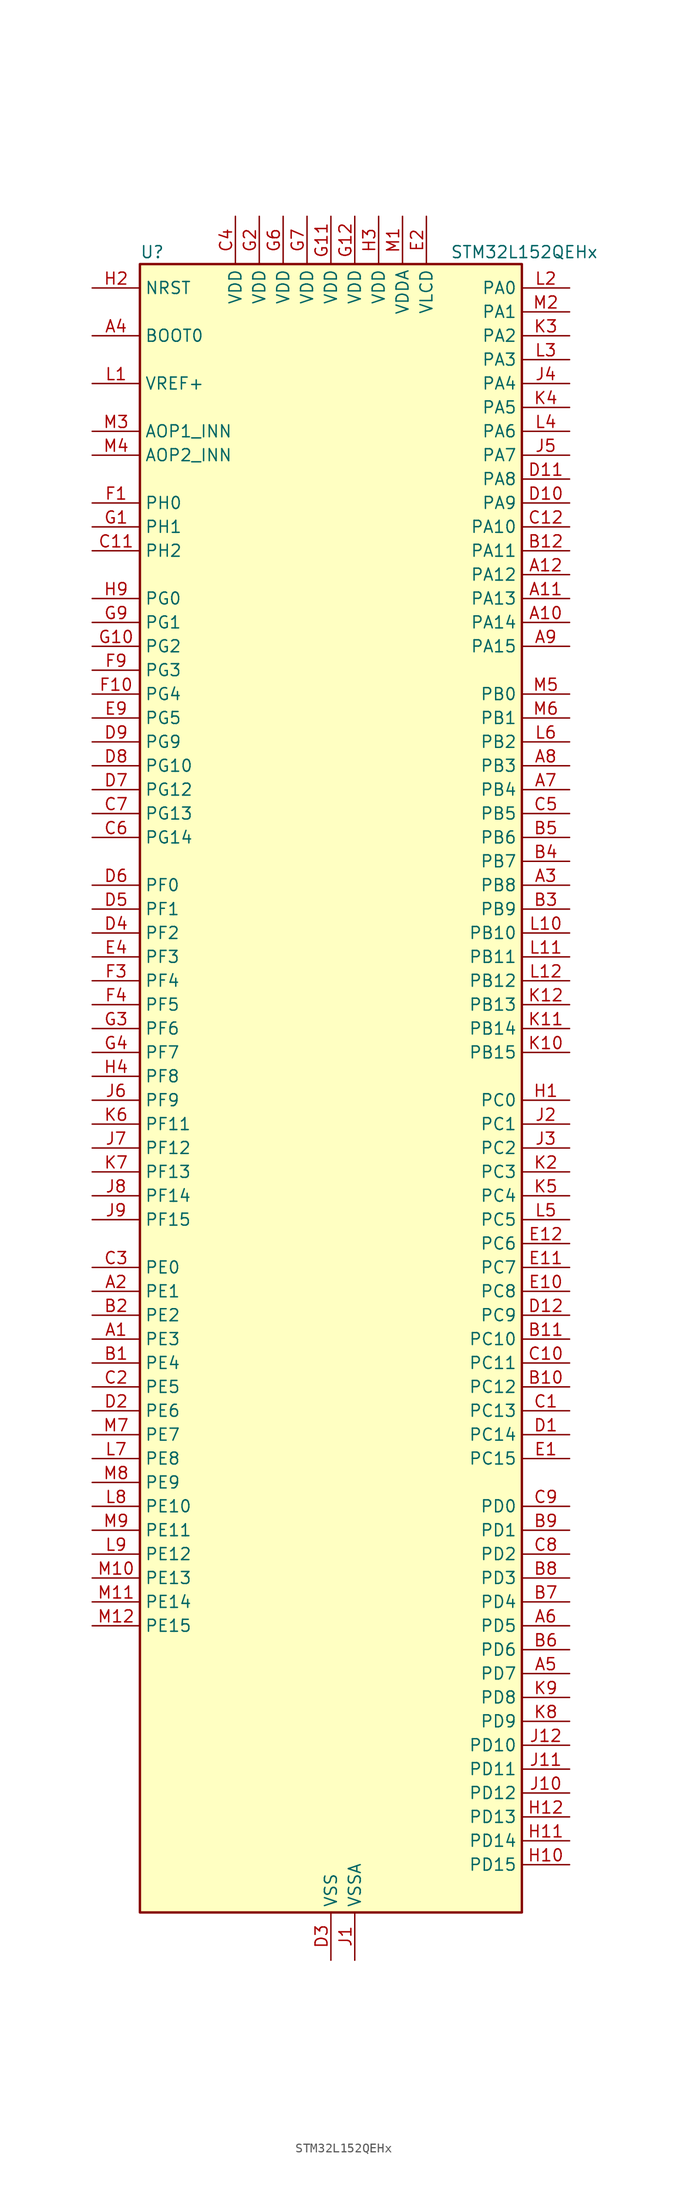
<source format=kicad_sym>
(kicad_symbol_lib
  (version 20231120)
  (generator "kicad-library-utils")
  (generator_version "8.0")
  (symbol "STM32L152QEHx"
    (property "Reference" "U"
      (at -20.32 90.17 0)
      (effects (font (size 1.27 1.27)) (justify left)))
    (property "Value" "STM32L152QEHx"
      (at 12.7 90.17 0)
      (effects (font (size 1.27 1.27)) (justify left)))
    (symbol "STM32L152QEHx_0_1"
      (rectangle (start -20.32 -86.36) (end 20.32 88.9) (stroke (width 0.254) (type default)) (fill (type background))))
    (symbol "STM32L152QEHx_1_1"
      (pin bidirectional line (at -25.4 -25.4 0) (length 5.08) (name "PE3" (effects (font (size 1.27 1.27)))) (number "A1" (effects (font (size 1.27 1.27)))) (alternate "LCD_SEG39" bidirectional line) (alternate "SYS_TRACED0" bidirectional line) (alternate "TIM3_CH1" bidirectional line) (alternate "TIMX_IC4" bidirectional line))
      (pin bidirectional line (at 25.4 50.8 180) (length 5.08) (name "PA14" (effects (font (size 1.27 1.27)))) (number "A10" (effects (font (size 1.27 1.27)))) (alternate "SYS_JTCK-SWCLK" bidirectional line) (alternate "TIMX_IC3" bidirectional line) (alternate "TS_G5_IO2" bidirectional line))
      (pin bidirectional line (at 25.4 53.34 180) (length 5.08) (name "PA13" (effects (font (size 1.27 1.27)))) (number "A11" (effects (font (size 1.27 1.27)))) (alternate "SYS_JTMS-SWDIO" bidirectional line) (alternate "TIMX_IC2" bidirectional line) (alternate "TS_G5_IO1" bidirectional line))
      (pin bidirectional line (at 25.4 55.88 180) (length 5.08) (name "PA12" (effects (font (size 1.27 1.27)))) (number "A12" (effects (font (size 1.27 1.27)))) (alternate "SPI1_MOSI" bidirectional line) (alternate "TIMX_IC1" bidirectional line) (alternate "USART1_RTS" bidirectional line) (alternate "USB_DP" bidirectional line))
      (pin bidirectional line (at -25.4 -20.32 0) (length 5.08) (name "PE1" (effects (font (size 1.27 1.27)))) (number "A2" (effects (font (size 1.27 1.27)))) (alternate "LCD_SEG37" bidirectional line) (alternate "TIM11_CH1" bidirectional line) (alternate "TIMX_IC2" bidirectional line))
      (pin bidirectional line (at 25.4 22.86 180) (length 5.08) (name "PB8" (effects (font (size 1.27 1.27)))) (number "A3" (effects (font (size 1.27 1.27)))) (alternate "I2C1_SCL" bidirectional line) (alternate "LCD_SEG16" bidirectional line) (alternate "TIM10_CH1" bidirectional line) (alternate "TIM4_CH3" bidirectional line))
      (pin input line (at -25.4 81.28 0) (length 5.08) (name "BOOT0" (effects (font (size 1.27 1.27)))) (number "A4" (effects (font (size 1.27 1.27)))))
      (pin bidirectional line (at 25.4 -60.96 180) (length 5.08) (name "PD7" (effects (font (size 1.27 1.27)))) (number "A5" (effects (font (size 1.27 1.27)))) (alternate "TIM9_CH2" bidirectional line) (alternate "TIMX_IC4" bidirectional line) (alternate "USART2_CK" bidirectional line))
      (pin bidirectional line (at 25.4 -55.88 180) (length 5.08) (name "PD5" (effects (font (size 1.27 1.27)))) (number "A6" (effects (font (size 1.27 1.27)))) (alternate "TIMX_IC2" bidirectional line) (alternate "USART2_TX" bidirectional line))
      (pin bidirectional line (at 25.4 33.02 180) (length 5.08) (name "PB4" (effects (font (size 1.27 1.27)))) (number "A7" (effects (font (size 1.27 1.27)))) (alternate "COMP2_INP" bidirectional line) (alternate "LCD_SEG8" bidirectional line) (alternate "SPI1_MISO" bidirectional line) (alternate "SPI3_MISO" bidirectional line) (alternate "SYS_JTRST" bidirectional line) (alternate "TIM3_CH1" bidirectional line) (alternate "TS_G6_IO1" bidirectional line))
      (pin bidirectional line (at 25.4 35.56 180) (length 5.08) (name "PB3" (effects (font (size 1.27 1.27)))) (number "A8" (effects (font (size 1.27 1.27)))) (alternate "COMP2_INM" bidirectional line) (alternate "I2S3_CK" bidirectional line) (alternate "LCD_SEG7" bidirectional line) (alternate "SPI1_SCK" bidirectional line) (alternate "SPI3_SCK" bidirectional line) (alternate "SYS_JTDO-TRACESWO" bidirectional line) (alternate "TIM2_CH2" bidirectional line))
      (pin bidirectional line (at 25.4 48.26 180) (length 5.08) (name "PA15" (effects (font (size 1.27 1.27)))) (number "A9" (effects (font (size 1.27 1.27)))) (alternate "ADC_EXTI15" bidirectional line) (alternate "I2S3_WS" bidirectional line) (alternate "LCD_SEG17" bidirectional line) (alternate "SPI1_NSS" bidirectional line) (alternate "SPI3_NSS" bidirectional line) (alternate "SYS_JTDI" bidirectional line) (alternate "TIM2_CH1" bidirectional line) (alternate "TIM2_ETR" bidirectional line) (alternate "TIMX_IC4" bidirectional line) (alternate "TS_G5_IO3" bidirectional line))
      (pin bidirectional line (at -25.4 -27.94 0) (length 5.08) (name "PE4" (effects (font (size 1.27 1.27)))) (number "B1" (effects (font (size 1.27 1.27)))) (alternate "SYS_TRACED1" bidirectional line) (alternate "TIM3_CH2" bidirectional line) (alternate "TIMX_IC1" bidirectional line))
      (pin bidirectional line (at 25.4 -30.48 180) (length 5.08) (name "PC12" (effects (font (size 1.27 1.27)))) (number "B10" (effects (font (size 1.27 1.27)))) (alternate "I2S3_SD" bidirectional line) (alternate "LCD_COM6" bidirectional line) (alternate "LCD_SEG30" bidirectional line) (alternate "LCD_SEG42" bidirectional line) (alternate "SPI3_MOSI" bidirectional line) (alternate "TIMX_IC1" bidirectional line) (alternate "UART5_TX" bidirectional line) (alternate "USART3_CK" bidirectional line))
      (pin bidirectional line (at 25.4 -25.4 180) (length 5.08) (name "PC10" (effects (font (size 1.27 1.27)))) (number "B11" (effects (font (size 1.27 1.27)))) (alternate "I2S3_CK" bidirectional line) (alternate "LCD_COM4" bidirectional line) (alternate "LCD_SEG28" bidirectional line) (alternate "LCD_SEG40" bidirectional line) (alternate "SPI3_SCK" bidirectional line) (alternate "TIMX_IC3" bidirectional line) (alternate "UART4_TX" bidirectional line) (alternate "USART3_TX" bidirectional line))
      (pin bidirectional line (at 25.4 58.42 180) (length 5.08) (name "PA11" (effects (font (size 1.27 1.27)))) (number "B12" (effects (font (size 1.27 1.27)))) (alternate "ADC_EXTI11" bidirectional line) (alternate "SPI1_MISO" bidirectional line) (alternate "TIMX_IC4" bidirectional line) (alternate "USART1_CTS" bidirectional line) (alternate "USB_DM" bidirectional line))
      (pin bidirectional line (at -25.4 -22.86 0) (length 5.08) (name "PE2" (effects (font (size 1.27 1.27)))) (number "B2" (effects (font (size 1.27 1.27)))) (alternate "LCD_SEG38" bidirectional line) (alternate "SYS_TRACECK" bidirectional line) (alternate "TIM3_ETR" bidirectional line) (alternate "TIMX_IC3" bidirectional line))
      (pin bidirectional line (at 25.4 20.32 180) (length 5.08) (name "PB9" (effects (font (size 1.27 1.27)))) (number "B3" (effects (font (size 1.27 1.27)))) (alternate "DAC_EXTI9" bidirectional line) (alternate "I2C1_SDA" bidirectional line) (alternate "LCD_COM3" bidirectional line) (alternate "TIM11_CH1" bidirectional line) (alternate "TIM4_CH4" bidirectional line))
      (pin bidirectional line (at 25.4 25.4 180) (length 5.08) (name "PB7" (effects (font (size 1.27 1.27)))) (number "B4" (effects (font (size 1.27 1.27)))) (alternate "COMP2_INP" bidirectional line) (alternate "I2C1_SDA" bidirectional line) (alternate "SYS_PVD_IN" bidirectional line) (alternate "TIM4_CH2" bidirectional line) (alternate "TS_G6_IO4" bidirectional line) (alternate "USART1_RX" bidirectional line))
      (pin bidirectional line (at 25.4 27.94 180) (length 5.08) (name "PB6" (effects (font (size 1.27 1.27)))) (number "B5" (effects (font (size 1.27 1.27)))) (alternate "COMP2_INP" bidirectional line) (alternate "I2C1_SCL" bidirectional line) (alternate "TIM4_CH1" bidirectional line) (alternate "TS_G6_IO3" bidirectional line) (alternate "USART1_TX" bidirectional line))
      (pin bidirectional line (at 25.4 -58.42 180) (length 5.08) (name "PD6" (effects (font (size 1.27 1.27)))) (number "B6" (effects (font (size 1.27 1.27)))) (alternate "TIMX_IC3" bidirectional line) (alternate "USART2_RX" bidirectional line))
      (pin bidirectional line (at 25.4 -53.34 180) (length 5.08) (name "PD4" (effects (font (size 1.27 1.27)))) (number "B7" (effects (font (size 1.27 1.27)))) (alternate "I2S2_SD" bidirectional line) (alternate "SPI2_MOSI" bidirectional line) (alternate "TIMX_IC1" bidirectional line) (alternate "USART2_RTS" bidirectional line))
      (pin bidirectional line (at 25.4 -50.8 180) (length 5.08) (name "PD3" (effects (font (size 1.27 1.27)))) (number "B8" (effects (font (size 1.27 1.27)))) (alternate "SPI2_MISO" bidirectional line) (alternate "TIMX_IC4" bidirectional line) (alternate "USART2_CTS" bidirectional line))
      (pin bidirectional line (at 25.4 -45.72 180) (length 5.08) (name "PD1" (effects (font (size 1.27 1.27)))) (number "B9" (effects (font (size 1.27 1.27)))) (alternate "I2S2_CK" bidirectional line) (alternate "SPI2_SCK" bidirectional line) (alternate "TIMX_IC2" bidirectional line))
      (pin bidirectional line (at 25.4 -33.02 180) (length 5.08) (name "PC13" (effects (font (size 1.27 1.27)))) (number "C1" (effects (font (size 1.27 1.27)))) (alternate "RTC_OUT_ALARM" bidirectional line) (alternate "RTC_OUT_CALIB" bidirectional line) (alternate "RTC_TAMP1" bidirectional line) (alternate "RTC_TS" bidirectional line) (alternate "SYS_WKUP2" bidirectional line) (alternate "TIMX_IC2" bidirectional line))
      (pin bidirectional line (at 25.4 -27.94 180) (length 5.08) (name "PC11" (effects (font (size 1.27 1.27)))) (number "C10" (effects (font (size 1.27 1.27)))) (alternate "ADC_EXTI11" bidirectional line) (alternate "LCD_COM5" bidirectional line) (alternate "LCD_SEG29" bidirectional line) (alternate "LCD_SEG41" bidirectional line) (alternate "SPI3_MISO" bidirectional line) (alternate "TIMX_IC4" bidirectional line) (alternate "UART4_RX" bidirectional line) (alternate "USART3_RX" bidirectional line))
      (pin bidirectional line (at -25.4 58.42 0) (length 5.08) (name "PH2" (effects (font (size 1.27 1.27)))) (number "C11" (effects (font (size 1.27 1.27)))))
      (pin bidirectional line (at 25.4 60.96 180) (length 5.08) (name "PA10" (effects (font (size 1.27 1.27)))) (number "C12" (effects (font (size 1.27 1.27)))) (alternate "LCD_COM2" bidirectional line) (alternate "TIMX_IC3" bidirectional line) (alternate "TS_G4_IO3" bidirectional line) (alternate "USART1_RX" bidirectional line))
      (pin bidirectional line (at -25.4 -30.48 0) (length 5.08) (name "PE5" (effects (font (size 1.27 1.27)))) (number "C2" (effects (font (size 1.27 1.27)))) (alternate "SYS_TRACED2" bidirectional line) (alternate "TIM9_CH1" bidirectional line) (alternate "TIMX_IC2" bidirectional line))
      (pin bidirectional line (at -25.4 -17.78 0) (length 5.08) (name "PE0" (effects (font (size 1.27 1.27)))) (number "C3" (effects (font (size 1.27 1.27)))) (alternate "LCD_SEG36" bidirectional line) (alternate "TIM10_CH1" bidirectional line) (alternate "TIM4_ETR" bidirectional line) (alternate "TIMX_IC1" bidirectional line))
      (pin power_in line (at -10.16 93.98 270) (length 5.08) (name "VDD" (effects (font (size 1.27 1.27)))) (number "C4" (effects (font (size 1.27 1.27)))))
      (pin bidirectional line (at 25.4 30.48 180) (length 5.08) (name "PB5" (effects (font (size 1.27 1.27)))) (number "C5" (effects (font (size 1.27 1.27)))) (alternate "COMP2_INP" bidirectional line) (alternate "I2C1_SMBA" bidirectional line) (alternate "I2S3_SD" bidirectional line) (alternate "LCD_SEG9" bidirectional line) (alternate "SPI1_MOSI" bidirectional line) (alternate "SPI3_MOSI" bidirectional line) (alternate "TIM3_CH2" bidirectional line) (alternate "TS_G6_IO2" bidirectional line))
      (pin bidirectional line (at -25.4 27.94 0) (length 5.08) (name "PG14" (effects (font (size 1.27 1.27)))) (number "C6" (effects (font (size 1.27 1.27)))))
      (pin bidirectional line (at -25.4 30.48 0) (length 5.08) (name "PG13" (effects (font (size 1.27 1.27)))) (number "C7" (effects (font (size 1.27 1.27)))))
      (pin bidirectional line (at 25.4 -48.26 180) (length 5.08) (name "PD2" (effects (font (size 1.27 1.27)))) (number "C8" (effects (font (size 1.27 1.27)))) (alternate "LCD_COM7" bidirectional line) (alternate "LCD_SEG31" bidirectional line) (alternate "LCD_SEG43" bidirectional line) (alternate "TIM3_ETR" bidirectional line) (alternate "TIMX_IC3" bidirectional line) (alternate "UART5_RX" bidirectional line))
      (pin bidirectional line (at 25.4 -43.18 180) (length 5.08) (name "PD0" (effects (font (size 1.27 1.27)))) (number "C9" (effects (font (size 1.27 1.27)))) (alternate "I2S2_WS" bidirectional line) (alternate "SPI2_NSS" bidirectional line) (alternate "TIM9_CH1" bidirectional line) (alternate "TIMX_IC1" bidirectional line))
      (pin bidirectional line (at 25.4 -35.56 180) (length 5.08) (name "PC14" (effects (font (size 1.27 1.27)))) (number "D1" (effects (font (size 1.27 1.27)))) (alternate "RCC_OSC32_IN" bidirectional line) (alternate "TIMX_IC3" bidirectional line))
      (pin bidirectional line (at 25.4 63.5 180) (length 5.08) (name "PA9" (effects (font (size 1.27 1.27)))) (number "D10" (effects (font (size 1.27 1.27)))) (alternate "DAC_EXTI9" bidirectional line) (alternate "LCD_COM1" bidirectional line) (alternate "TIMX_IC2" bidirectional line) (alternate "TS_G4_IO2" bidirectional line) (alternate "USART1_TX" bidirectional line))
      (pin bidirectional line (at 25.4 66.04 180) (length 5.08) (name "PA8" (effects (font (size 1.27 1.27)))) (number "D11" (effects (font (size 1.27 1.27)))) (alternate "LCD_COM0" bidirectional line) (alternate "RCC_MCO" bidirectional line) (alternate "TIMX_IC1" bidirectional line) (alternate "TS_G4_IO1" bidirectional line) (alternate "USART1_CK" bidirectional line))
      (pin bidirectional line (at 25.4 -22.86 180) (length 5.08) (name "PC9" (effects (font (size 1.27 1.27)))) (number "D12" (effects (font (size 1.27 1.27)))) (alternate "DAC_EXTI9" bidirectional line) (alternate "LCD_SEG27" bidirectional line) (alternate "TIM3_CH4" bidirectional line) (alternate "TIMX_IC2" bidirectional line) (alternate "TS_G10_IO4" bidirectional line))
      (pin bidirectional line (at -25.4 -33.02 0) (length 5.08) (name "PE6" (effects (font (size 1.27 1.27)))) (number "D2" (effects (font (size 1.27 1.27)))) (alternate "RTC_TAMP3" bidirectional line) (alternate "SYS_TRACED3" bidirectional line) (alternate "SYS_WKUP3" bidirectional line) (alternate "TIM9_CH2" bidirectional line) (alternate "TIMX_IC3" bidirectional line))
      (pin power_in line (at 0 -91.44 90) (length 5.08) (name "VSS" (effects (font (size 1.27 1.27)))) (number "D3" (effects (font (size 1.27 1.27)))))
      (pin bidirectional line (at -25.4 17.78 0) (length 5.08) (name "PF2" (effects (font (size 1.27 1.27)))) (number "D4" (effects (font (size 1.27 1.27)))))
      (pin bidirectional line (at -25.4 20.32 0) (length 5.08) (name "PF1" (effects (font (size 1.27 1.27)))) (number "D5" (effects (font (size 1.27 1.27)))))
      (pin bidirectional line (at -25.4 22.86 0) (length 5.08) (name "PF0" (effects (font (size 1.27 1.27)))) (number "D6" (effects (font (size 1.27 1.27)))))
      (pin bidirectional line (at -25.4 33.02 0) (length 5.08) (name "PG12" (effects (font (size 1.27 1.27)))) (number "D7" (effects (font (size 1.27 1.27)))))
      (pin bidirectional line (at -25.4 35.56 0) (length 5.08) (name "PG10" (effects (font (size 1.27 1.27)))) (number "D8" (effects (font (size 1.27 1.27)))))
      (pin bidirectional line (at -25.4 38.1 0) (length 5.08) (name "PG9" (effects (font (size 1.27 1.27)))) (number "D9" (effects (font (size 1.27 1.27)))) (alternate "DAC_EXTI9" bidirectional line))
      (pin bidirectional line (at 25.4 -38.1 180) (length 5.08) (name "PC15" (effects (font (size 1.27 1.27)))) (number "E1" (effects (font (size 1.27 1.27)))) (alternate "ADC_EXTI15" bidirectional line) (alternate "RCC_OSC32_OUT" bidirectional line) (alternate "TIMX_IC4" bidirectional line))
      (pin bidirectional line (at 25.4 -20.32 180) (length 5.08) (name "PC8" (effects (font (size 1.27 1.27)))) (number "E10" (effects (font (size 1.27 1.27)))) (alternate "LCD_SEG26" bidirectional line) (alternate "TIM3_CH3" bidirectional line) (alternate "TIMX_IC1" bidirectional line) (alternate "TS_G10_IO3" bidirectional line))
      (pin bidirectional line (at 25.4 -17.78 180) (length 5.08) (name "PC7" (effects (font (size 1.27 1.27)))) (number "E11" (effects (font (size 1.27 1.27)))) (alternate "I2S3_MCK" bidirectional line) (alternate "LCD_SEG25" bidirectional line) (alternate "TIM3_CH2" bidirectional line) (alternate "TIMX_IC4" bidirectional line) (alternate "TS_G10_IO2" bidirectional line))
      (pin bidirectional line (at 25.4 -15.24 180) (length 5.08) (name "PC6" (effects (font (size 1.27 1.27)))) (number "E12" (effects (font (size 1.27 1.27)))) (alternate "I2S2_MCK" bidirectional line) (alternate "LCD_SEG24" bidirectional line) (alternate "TIM3_CH1" bidirectional line) (alternate "TIMX_IC3" bidirectional line) (alternate "TS_G10_IO1" bidirectional line))
      (pin power_in line (at 10.16 93.98 270) (length 5.08) (name "VLCD" (effects (font (size 1.27 1.27)))) (number "E2" (effects (font (size 1.27 1.27)))))
      (pin passive line (at 0 -91.44 90) (length 5.08) hide (name "VSS" (effects (font (size 1.27 1.27)))) (number "E3" (effects (font (size 1.27 1.27)))))
      (pin bidirectional line (at -25.4 15.24 0) (length 5.08) (name "PF3" (effects (font (size 1.27 1.27)))) (number "E4" (effects (font (size 1.27 1.27)))))
      (pin bidirectional line (at -25.4 40.64 0) (length 5.08) (name "PG5" (effects (font (size 1.27 1.27)))) (number "E9" (effects (font (size 1.27 1.27)))))
      (pin bidirectional line (at -25.4 63.5 0) (length 5.08) (name "PH0" (effects (font (size 1.27 1.27)))) (number "F1" (effects (font (size 1.27 1.27)))) (alternate "RCC_OSC_IN" bidirectional line))
      (pin bidirectional line (at -25.4 43.18 0) (length 5.08) (name "PG4" (effects (font (size 1.27 1.27)))) (number "F10" (effects (font (size 1.27 1.27)))) (alternate "ADC_IN12b" bidirectional line) (alternate "TS_G7_IO7" bidirectional line))
      (pin passive line (at 0 -91.44 90) (length 5.08) hide (name "VSS" (effects (font (size 1.27 1.27)))) (number "F11" (effects (font (size 1.27 1.27)))))
      (pin passive line (at 0 -91.44 90) (length 5.08) hide (name "VSS" (effects (font (size 1.27 1.27)))) (number "F12" (effects (font (size 1.27 1.27)))))
      (pin passive line (at 0 -91.44 90) (length 5.08) hide (name "VSS" (effects (font (size 1.27 1.27)))) (number "F2" (effects (font (size 1.27 1.27)))))
      (pin bidirectional line (at -25.4 12.7 0) (length 5.08) (name "PF4" (effects (font (size 1.27 1.27)))) (number "F3" (effects (font (size 1.27 1.27)))))
      (pin bidirectional line (at -25.4 10.16 0) (length 5.08) (name "PF5" (effects (font (size 1.27 1.27)))) (number "F4" (effects (font (size 1.27 1.27)))))
      (pin passive line (at 0 -91.44 90) (length 5.08) hide (name "VSS" (effects (font (size 1.27 1.27)))) (number "F6" (effects (font (size 1.27 1.27)))))
      (pin passive line (at 0 -91.44 90) (length 5.08) hide (name "VSS" (effects (font (size 1.27 1.27)))) (number "F7" (effects (font (size 1.27 1.27)))))
      (pin bidirectional line (at -25.4 45.72 0) (length 5.08) (name "PG3" (effects (font (size 1.27 1.27)))) (number "F9" (effects (font (size 1.27 1.27)))) (alternate "ADC_IN11b" bidirectional line) (alternate "TS_G7_IO6" bidirectional line))
      (pin bidirectional line (at -25.4 60.96 0) (length 5.08) (name "PH1" (effects (font (size 1.27 1.27)))) (number "G1" (effects (font (size 1.27 1.27)))) (alternate "RCC_OSC_OUT" bidirectional line))
      (pin bidirectional line (at -25.4 48.26 0) (length 5.08) (name "PG2" (effects (font (size 1.27 1.27)))) (number "G10" (effects (font (size 1.27 1.27)))) (alternate "ADC_IN10b" bidirectional line) (alternate "TS_G7_IO5" bidirectional line))
      (pin power_in line (at 0 93.98 270) (length 5.08) (name "VDD" (effects (font (size 1.27 1.27)))) (number "G11" (effects (font (size 1.27 1.27)))))
      (pin power_in line (at 2.54 93.98 270) (length 5.08) (name "VDD" (effects (font (size 1.27 1.27)))) (number "G12" (effects (font (size 1.27 1.27)))))
      (pin power_in line (at -7.62 93.98 270) (length 5.08) (name "VDD" (effects (font (size 1.27 1.27)))) (number "G2" (effects (font (size 1.27 1.27)))))
      (pin bidirectional line (at -25.4 7.62 0) (length 5.08) (name "PF6" (effects (font (size 1.27 1.27)))) (number "G3" (effects (font (size 1.27 1.27)))) (alternate "ADC_IN27" bidirectional line) (alternate "TIM5_CH1" bidirectional line) (alternate "TIM5_ETR" bidirectional line) (alternate "TS_G11_IO1" bidirectional line))
      (pin bidirectional line (at -25.4 5.08 0) (length 5.08) (name "PF7" (effects (font (size 1.27 1.27)))) (number "G4" (effects (font (size 1.27 1.27)))) (alternate "ADC_IN28" bidirectional line) (alternate "COMP1_INP" bidirectional line) (alternate "TIM5_CH2" bidirectional line) (alternate "TS_G11_IO2" bidirectional line))
      (pin power_in line (at -5.08 93.98 270) (length 5.08) (name "VDD" (effects (font (size 1.27 1.27)))) (number "G6" (effects (font (size 1.27 1.27)))))
      (pin power_in line (at -2.54 93.98 270) (length 5.08) (name "VDD" (effects (font (size 1.27 1.27)))) (number "G7" (effects (font (size 1.27 1.27)))))
      (pin bidirectional line (at -25.4 50.8 0) (length 5.08) (name "PG1" (effects (font (size 1.27 1.27)))) (number "G9" (effects (font (size 1.27 1.27)))) (alternate "ADC_IN9b" bidirectional line) (alternate "TS_G2_IO5" bidirectional line))
      (pin bidirectional line (at 25.4 0 180) (length 5.08) (name "PC0" (effects (font (size 1.27 1.27)))) (number "H1" (effects (font (size 1.27 1.27)))) (alternate "ADC_IN10" bidirectional line) (alternate "COMP1_INP" bidirectional line) (alternate "LCD_SEG18" bidirectional line) (alternate "TIMX_IC1" bidirectional line) (alternate "TS_G8_IO1" bidirectional line))
      (pin bidirectional line (at 25.4 -81.28 180) (length 5.08) (name "PD15" (effects (font (size 1.27 1.27)))) (number "H10" (effects (font (size 1.27 1.27)))) (alternate "ADC_EXTI15" bidirectional line) (alternate "LCD_SEG35" bidirectional line) (alternate "TIM4_CH4" bidirectional line) (alternate "TIMX_IC4" bidirectional line))
      (pin bidirectional line (at 25.4 -78.74 180) (length 5.08) (name "PD14" (effects (font (size 1.27 1.27)))) (number "H11" (effects (font (size 1.27 1.27)))) (alternate "LCD_SEG34" bidirectional line) (alternate "TIM4_CH3" bidirectional line) (alternate "TIMX_IC3" bidirectional line))
      (pin bidirectional line (at 25.4 -76.2 180) (length 5.08) (name "PD13" (effects (font (size 1.27 1.27)))) (number "H12" (effects (font (size 1.27 1.27)))) (alternate "LCD_SEG33" bidirectional line) (alternate "TIM4_CH2" bidirectional line) (alternate "TIMX_IC2" bidirectional line))
      (pin input line (at -25.4 86.36 0) (length 5.08) (name "NRST" (effects (font (size 1.27 1.27)))) (number "H2" (effects (font (size 1.27 1.27)))))
      (pin power_in line (at 5.08 93.98 270) (length 5.08) (name "VDD" (effects (font (size 1.27 1.27)))) (number "H3" (effects (font (size 1.27 1.27)))))
      (pin bidirectional line (at -25.4 2.54 0) (length 5.08) (name "PF8" (effects (font (size 1.27 1.27)))) (number "H4" (effects (font (size 1.27 1.27)))) (alternate "ADC_IN29" bidirectional line) (alternate "COMP1_INP" bidirectional line) (alternate "TIM5_CH3" bidirectional line) (alternate "TS_G11_IO3" bidirectional line))
      (pin bidirectional line (at -25.4 53.34 0) (length 5.08) (name "PG0" (effects (font (size 1.27 1.27)))) (number "H9" (effects (font (size 1.27 1.27)))) (alternate "ADC_IN8b" bidirectional line) (alternate "TS_G2_IO4" bidirectional line))
      (pin power_in line (at 2.54 -91.44 90) (length 5.08) (name "VSSA" (effects (font (size 1.27 1.27)))) (number "J1" (effects (font (size 1.27 1.27)))))
      (pin bidirectional line (at 25.4 -73.66 180) (length 5.08) (name "PD12" (effects (font (size 1.27 1.27)))) (number "J10" (effects (font (size 1.27 1.27)))) (alternate "LCD_SEG32" bidirectional line) (alternate "TIM4_CH1" bidirectional line) (alternate "TIMX_IC1" bidirectional line) (alternate "USART3_RTS" bidirectional line))
      (pin bidirectional line (at 25.4 -71.12 180) (length 5.08) (name "PD11" (effects (font (size 1.27 1.27)))) (number "J11" (effects (font (size 1.27 1.27)))) (alternate "ADC_EXTI11" bidirectional line) (alternate "LCD_SEG31" bidirectional line) (alternate "TIMX_IC4" bidirectional line) (alternate "USART3_CTS" bidirectional line))
      (pin bidirectional line (at 25.4 -68.58 180) (length 5.08) (name "PD10" (effects (font (size 1.27 1.27)))) (number "J12" (effects (font (size 1.27 1.27)))) (alternate "LCD_SEG30" bidirectional line) (alternate "TIMX_IC3" bidirectional line) (alternate "USART3_CK" bidirectional line))
      (pin bidirectional line (at 25.4 -2.54 180) (length 5.08) (name "PC1" (effects (font (size 1.27 1.27)))) (number "J2" (effects (font (size 1.27 1.27)))) (alternate "ADC_IN11" bidirectional line) (alternate "COMP1_INP" bidirectional line) (alternate "LCD_SEG19" bidirectional line) (alternate "TIMX_IC2" bidirectional line) (alternate "TS_G8_IO2" bidirectional line))
      (pin bidirectional line (at 25.4 -5.08 180) (length 5.08) (name "PC2" (effects (font (size 1.27 1.27)))) (number "J3" (effects (font (size 1.27 1.27)))) (alternate "ADC_IN12" bidirectional line) (alternate "COMP1_INP" bidirectional line) (alternate "LCD_SEG20" bidirectional line) (alternate "TIMX_IC3" bidirectional line) (alternate "TS_G8_IO3" bidirectional line))
      (pin bidirectional line (at 25.4 76.2 180) (length 5.08) (name "PA4" (effects (font (size 1.27 1.27)))) (number "J4" (effects (font (size 1.27 1.27)))) (alternate "ADC_IN4" bidirectional line) (alternate "COMP1_INP" bidirectional line) (alternate "DAC_OUT1" bidirectional line) (alternate "I2S3_WS" bidirectional line) (alternate "SPI1_NSS" bidirectional line) (alternate "SPI3_NSS" bidirectional line) (alternate "TIMX_IC1" bidirectional line) (alternate "USART2_CK" bidirectional line))
      (pin bidirectional line (at 25.4 68.58 180) (length 5.08) (name "PA7" (effects (font (size 1.27 1.27)))) (number "J5" (effects (font (size 1.27 1.27)))) (alternate "ADC_IN7" bidirectional line) (alternate "COMP1_INP" bidirectional line) (alternate "LCD_SEG4" bidirectional line) (alternate "SPI1_MOSI" bidirectional line) (alternate "TIM11_CH1" bidirectional line) (alternate "TIM3_CH2" bidirectional line) (alternate "TIMX_IC4" bidirectional line) (alternate "TS_G2_IO2" bidirectional line))
      (pin bidirectional line (at -25.4 0 0) (length 5.08) (name "PF9" (effects (font (size 1.27 1.27)))) (number "J6" (effects (font (size 1.27 1.27)))) (alternate "ADC_IN30" bidirectional line) (alternate "COMP1_INP" bidirectional line) (alternate "DAC_EXTI9" bidirectional line) (alternate "TIM5_CH4" bidirectional line) (alternate "TS_G11_IO4" bidirectional line))
      (pin bidirectional line (at -25.4 -5.08 0) (length 5.08) (name "PF12" (effects (font (size 1.27 1.27)))) (number "J7" (effects (font (size 1.27 1.27)))) (alternate "ADC_IN2b" bidirectional line) (alternate "TS_G3_IO5" bidirectional line))
      (pin bidirectional line (at -25.4 -10.16 0) (length 5.08) (name "PF14" (effects (font (size 1.27 1.27)))) (number "J8" (effects (font (size 1.27 1.27)))) (alternate "ADC_IN6b" bidirectional line) (alternate "TS_G9_IO4" bidirectional line))
      (pin bidirectional line (at -25.4 -12.7 0) (length 5.08) (name "PF15" (effects (font (size 1.27 1.27)))) (number "J9" (effects (font (size 1.27 1.27)))) (alternate "ADC_EXTI15" bidirectional line) (alternate "ADC_IN7b" bidirectional line) (alternate "TS_G2_IO3" bidirectional line))
      (pin no_connect line (at -20.32 -86.36 0) (length 5.08) hide (name "NC" (effects (font (size 1.27 1.27)))) (number "K1" (effects (font (size 1.27 1.27)))))
      (pin bidirectional line (at 25.4 5.08 180) (length 5.08) (name "PB15" (effects (font (size 1.27 1.27)))) (number "K10" (effects (font (size 1.27 1.27)))) (alternate "ADC_EXTI15" bidirectional line) (alternate "ADC_IN21" bidirectional line) (alternate "COMP1_INP" bidirectional line) (alternate "I2S2_SD" bidirectional line) (alternate "LCD_SEG15" bidirectional line) (alternate "RTC_REFIN" bidirectional line) (alternate "SPI2_MOSI" bidirectional line) (alternate "TIM11_CH1" bidirectional line) (alternate "TS_G7_IO4" bidirectional line))
      (pin bidirectional line (at 25.4 7.62 180) (length 5.08) (name "PB14" (effects (font (size 1.27 1.27)))) (number "K11" (effects (font (size 1.27 1.27)))) (alternate "ADC_IN20" bidirectional line) (alternate "COMP1_INP" bidirectional line) (alternate "LCD_SEG14" bidirectional line) (alternate "SPI2_MISO" bidirectional line) (alternate "TIM9_CH2" bidirectional line) (alternate "TS_G7_IO3" bidirectional line) (alternate "USART3_RTS" bidirectional line))
      (pin bidirectional line (at 25.4 10.16 180) (length 5.08) (name "PB13" (effects (font (size 1.27 1.27)))) (number "K12" (effects (font (size 1.27 1.27)))) (alternate "ADC_IN19" bidirectional line) (alternate "COMP1_INP" bidirectional line) (alternate "I2S2_CK" bidirectional line) (alternate "LCD_SEG13" bidirectional line) (alternate "SPI2_SCK" bidirectional line) (alternate "TIM9_CH1" bidirectional line) (alternate "TS_G7_IO2" bidirectional line) (alternate "USART3_CTS" bidirectional line))
      (pin bidirectional line (at 25.4 -7.62 180) (length 5.08) (name "PC3" (effects (font (size 1.27 1.27)))) (number "K2" (effects (font (size 1.27 1.27)))) (alternate "ADC_IN13" bidirectional line) (alternate "COMP1_INP" bidirectional line) (alternate "LCD_SEG21" bidirectional line) (alternate "TIMX_IC4" bidirectional line) (alternate "TS_G8_IO4" bidirectional line))
      (pin bidirectional line (at 25.4 81.28 180) (length 5.08) (name "PA2" (effects (font (size 1.27 1.27)))) (number "K3" (effects (font (size 1.27 1.27)))) (alternate "ADC_IN2" bidirectional line) (alternate "COMP1_INP" bidirectional line) (alternate "LCD_SEG1" bidirectional line) (alternate "TIM2_CH3" bidirectional line) (alternate "TIM5_CH3" bidirectional line) (alternate "TIM9_CH1" bidirectional line) (alternate "TIMX_IC3" bidirectional line) (alternate "TS_G1_IO3" bidirectional line) (alternate "USART2_TX" bidirectional line))
      (pin bidirectional line (at 25.4 73.66 180) (length 5.08) (name "PA5" (effects (font (size 1.27 1.27)))) (number "K4" (effects (font (size 1.27 1.27)))) (alternate "ADC_IN5" bidirectional line) (alternate "COMP1_INP" bidirectional line) (alternate "DAC_OUT2" bidirectional line) (alternate "SPI1_SCK" bidirectional line) (alternate "TIM2_CH1" bidirectional line) (alternate "TIM2_ETR" bidirectional line) (alternate "TIMX_IC2" bidirectional line))
      (pin bidirectional line (at 25.4 -10.16 180) (length 5.08) (name "PC4" (effects (font (size 1.27 1.27)))) (number "K5" (effects (font (size 1.27 1.27)))) (alternate "ADC_IN14" bidirectional line) (alternate "COMP1_INP" bidirectional line) (alternate "LCD_SEG22" bidirectional line) (alternate "TIMX_IC1" bidirectional line) (alternate "TS_G9_IO1" bidirectional line))
      (pin bidirectional line (at -25.4 -2.54 0) (length 5.08) (name "PF11" (effects (font (size 1.27 1.27)))) (number "K6" (effects (font (size 1.27 1.27)))) (alternate "ADC_EXTI11" bidirectional line) (alternate "ADC_IN1b" bidirectional line) (alternate "TS_G3_IO4" bidirectional line))
      (pin bidirectional line (at -25.4 -7.62 0) (length 5.08) (name "PF13" (effects (font (size 1.27 1.27)))) (number "K7" (effects (font (size 1.27 1.27)))) (alternate "ADC_IN3b" bidirectional line) (alternate "TS_G9_IO3" bidirectional line))
      (pin bidirectional line (at 25.4 -66.04 180) (length 5.08) (name "PD9" (effects (font (size 1.27 1.27)))) (number "K8" (effects (font (size 1.27 1.27)))) (alternate "DAC_EXTI9" bidirectional line) (alternate "LCD_SEG29" bidirectional line) (alternate "TIMX_IC2" bidirectional line) (alternate "USART3_RX" bidirectional line))
      (pin bidirectional line (at 25.4 -63.5 180) (length 5.08) (name "PD8" (effects (font (size 1.27 1.27)))) (number "K9" (effects (font (size 1.27 1.27)))) (alternate "LCD_SEG28" bidirectional line) (alternate "TIMX_IC1" bidirectional line) (alternate "USART3_TX" bidirectional line))
      (pin input line (at -25.4 76.2 0) (length 5.08) (name "VREF+" (effects (font (size 1.27 1.27)))) (number "L1" (effects (font (size 1.27 1.27)))))
      (pin bidirectional line (at 25.4 17.78 180) (length 5.08) (name "PB10" (effects (font (size 1.27 1.27)))) (number "L10" (effects (font (size 1.27 1.27)))) (alternate "I2C2_SCL" bidirectional line) (alternate "LCD_SEG10" bidirectional line) (alternate "TIM2_CH3" bidirectional line) (alternate "USART3_TX" bidirectional line))
      (pin bidirectional line (at 25.4 15.24 180) (length 5.08) (name "PB11" (effects (font (size 1.27 1.27)))) (number "L11" (effects (font (size 1.27 1.27)))) (alternate "ADC_EXTI11" bidirectional line) (alternate "I2C2_SDA" bidirectional line) (alternate "LCD_SEG11" bidirectional line) (alternate "TIM2_CH4" bidirectional line) (alternate "USART3_RX" bidirectional line))
      (pin bidirectional line (at 25.4 12.7 180) (length 5.08) (name "PB12" (effects (font (size 1.27 1.27)))) (number "L12" (effects (font (size 1.27 1.27)))) (alternate "ADC_IN18" bidirectional line) (alternate "COMP1_INP" bidirectional line) (alternate "I2C2_SMBA" bidirectional line) (alternate "I2S2_WS" bidirectional line) (alternate "LCD_SEG12" bidirectional line) (alternate "SPI2_NSS" bidirectional line) (alternate "TIM10_CH1" bidirectional line) (alternate "TS_G7_IO1" bidirectional line) (alternate "USART3_CK" bidirectional line))
      (pin bidirectional line (at 25.4 86.36 180) (length 5.08) (name "PA0" (effects (font (size 1.27 1.27)))) (number "L2" (effects (font (size 1.27 1.27)))) (alternate "ADC_IN0" bidirectional line) (alternate "COMP1_INP" bidirectional line) (alternate "RTC_TAMP2" bidirectional line) (alternate "SYS_WKUP1" bidirectional line) (alternate "TIM2_CH1" bidirectional line) (alternate "TIM2_ETR" bidirectional line) (alternate "TIM5_CH1" bidirectional line) (alternate "TIMX_IC1" bidirectional line) (alternate "TS_G1_IO1" bidirectional line) (alternate "USART2_CTS" bidirectional line))
      (pin bidirectional line (at 25.4 78.74 180) (length 5.08) (name "PA3" (effects (font (size 1.27 1.27)))) (number "L3" (effects (font (size 1.27 1.27)))) (alternate "ADC_IN3" bidirectional line) (alternate "COMP1_INP" bidirectional line) (alternate "LCD_SEG2" bidirectional line) (alternate "OPAMP1_VOUT" bidirectional line) (alternate "TIM2_CH4" bidirectional line) (alternate "TIM5_CH4" bidirectional line) (alternate "TIM9_CH2" bidirectional line) (alternate "TIMX_IC4" bidirectional line) (alternate "TS_G1_IO4" bidirectional line) (alternate "USART2_RX" bidirectional line))
      (pin bidirectional line (at 25.4 71.12 180) (length 5.08) (name "PA6" (effects (font (size 1.27 1.27)))) (number "L4" (effects (font (size 1.27 1.27)))) (alternate "ADC_IN6" bidirectional line) (alternate "COMP1_INP" bidirectional line) (alternate "LCD_SEG3" bidirectional line) (alternate "OPAMP2_VINP" bidirectional line) (alternate "SPI1_MISO" bidirectional line) (alternate "TIM10_CH1" bidirectional line) (alternate "TIM3_CH1" bidirectional line) (alternate "TIMX_IC3" bidirectional line) (alternate "TS_G2_IO1" bidirectional line))
      (pin bidirectional line (at 25.4 -12.7 180) (length 5.08) (name "PC5" (effects (font (size 1.27 1.27)))) (number "L5" (effects (font (size 1.27 1.27)))) (alternate "ADC_IN15" bidirectional line) (alternate "COMP1_INP" bidirectional line) (alternate "LCD_SEG23" bidirectional line) (alternate "TIMX_IC2" bidirectional line) (alternate "TS_G9_IO2" bidirectional line))
      (pin bidirectional line (at 25.4 38.1 180) (length 5.08) (name "PB2" (effects (font (size 1.27 1.27)))) (number "L6" (effects (font (size 1.27 1.27)))) (alternate "ADC_IN0b" bidirectional line) (alternate "TS_G3_IO3" bidirectional line))
      (pin bidirectional line (at -25.4 -38.1 0) (length 5.08) (name "PE8" (effects (font (size 1.27 1.27)))) (number "L7" (effects (font (size 1.27 1.27)))) (alternate "ADC_IN23" bidirectional line) (alternate "COMP1_INP" bidirectional line) (alternate "TIMX_IC1" bidirectional line))
      (pin bidirectional line (at -25.4 -43.18 0) (length 5.08) (name "PE10" (effects (font (size 1.27 1.27)))) (number "L8" (effects (font (size 1.27 1.27)))) (alternate "ADC_IN25" bidirectional line) (alternate "COMP1_INP" bidirectional line) (alternate "TIM2_CH2" bidirectional line) (alternate "TIMX_IC3" bidirectional line))
      (pin bidirectional line (at -25.4 -48.26 0) (length 5.08) (name "PE12" (effects (font (size 1.27 1.27)))) (number "L9" (effects (font (size 1.27 1.27)))) (alternate "SPI1_NSS" bidirectional line) (alternate "TIM2_CH4" bidirectional line) (alternate "TIMX_IC1" bidirectional line))
      (pin power_in line (at 7.62 93.98 270) (length 5.08) (name "VDDA" (effects (font (size 1.27 1.27)))) (number "M1" (effects (font (size 1.27 1.27)))))
      (pin bidirectional line (at -25.4 -50.8 0) (length 5.08) (name "PE13" (effects (font (size 1.27 1.27)))) (number "M10" (effects (font (size 1.27 1.27)))) (alternate "SPI1_SCK" bidirectional line) (alternate "TIMX_IC2" bidirectional line))
      (pin bidirectional line (at -25.4 -53.34 0) (length 5.08) (name "PE14" (effects (font (size 1.27 1.27)))) (number "M11" (effects (font (size 1.27 1.27)))) (alternate "SPI1_MISO" bidirectional line) (alternate "TIMX_IC3" bidirectional line))
      (pin bidirectional line (at -25.4 -55.88 0) (length 5.08) (name "PE15" (effects (font (size 1.27 1.27)))) (number "M12" (effects (font (size 1.27 1.27)))) (alternate "ADC_EXTI15" bidirectional line) (alternate "SPI1_MOSI" bidirectional line) (alternate "TIMX_IC4" bidirectional line))
      (pin bidirectional line (at 25.4 83.82 180) (length 5.08) (name "PA1" (effects (font (size 1.27 1.27)))) (number "M2" (effects (font (size 1.27 1.27)))) (alternate "ADC_IN1" bidirectional line) (alternate "COMP1_INP" bidirectional line) (alternate "LCD_SEG0" bidirectional line) (alternate "OPAMP1_VINP" bidirectional line) (alternate "TIM2_CH2" bidirectional line) (alternate "TIM5_CH2" bidirectional line) (alternate "TIMX_IC2" bidirectional line) (alternate "TS_G1_IO2" bidirectional line) (alternate "USART2_RTS" bidirectional line))
      (pin input line (at -25.4 71.12 0) (length 5.08) (name "AOP1_INN" (effects (font (size 1.27 1.27)))) (number "M3" (effects (font (size 1.27 1.27)))) (alternate "OPAMP1_VINM" bidirectional line))
      (pin input line (at -25.4 68.58 0) (length 5.08) (name "AOP2_INN" (effects (font (size 1.27 1.27)))) (number "M4" (effects (font (size 1.27 1.27)))) (alternate "OPAMP2_VINM" bidirectional line))
      (pin bidirectional line (at 25.4 43.18 180) (length 5.08) (name "PB0" (effects (font (size 1.27 1.27)))) (number "M5" (effects (font (size 1.27 1.27)))) (alternate "ADC_IN8" bidirectional line) (alternate "COMP1_INP" bidirectional line) (alternate "LCD_SEG5" bidirectional line) (alternate "OPAMP2_VOUT" bidirectional line) (alternate "SYS_V_REF_OUT" bidirectional line) (alternate "TIM3_CH3" bidirectional line) (alternate "TS_G3_IO1" bidirectional line))
      (pin bidirectional line (at 25.4 40.64 180) (length 5.08) (name "PB1" (effects (font (size 1.27 1.27)))) (number "M6" (effects (font (size 1.27 1.27)))) (alternate "ADC_IN9" bidirectional line) (alternate "COMP1_INP" bidirectional line) (alternate "LCD_SEG6" bidirectional line) (alternate "SYS_V_REF_OUT" bidirectional line) (alternate "TIM3_CH4" bidirectional line) (alternate "TS_G3_IO2" bidirectional line))
      (pin bidirectional line (at -25.4 -35.56 0) (length 5.08) (name "PE7" (effects (font (size 1.27 1.27)))) (number "M7" (effects (font (size 1.27 1.27)))) (alternate "ADC_IN22" bidirectional line) (alternate "COMP1_INP" bidirectional line) (alternate "TIMX_IC4" bidirectional line))
      (pin bidirectional line (at -25.4 -40.64 0) (length 5.08) (name "PE9" (effects (font (size 1.27 1.27)))) (number "M8" (effects (font (size 1.27 1.27)))) (alternate "ADC_IN24" bidirectional line) (alternate "COMP1_INP" bidirectional line) (alternate "DAC_EXTI9" bidirectional line) (alternate "TIM2_CH1" bidirectional line) (alternate "TIM2_ETR" bidirectional line) (alternate "TIMX_IC2" bidirectional line))
      (pin bidirectional line (at -25.4 -45.72 0) (length 5.08) (name "PE11" (effects (font (size 1.27 1.27)))) (number "M9" (effects (font (size 1.27 1.27)))) (alternate "ADC_EXTI11" bidirectional line) (alternate "TIM2_CH3" bidirectional line) (alternate "TIMX_IC4" bidirectional line)))))
</source>
